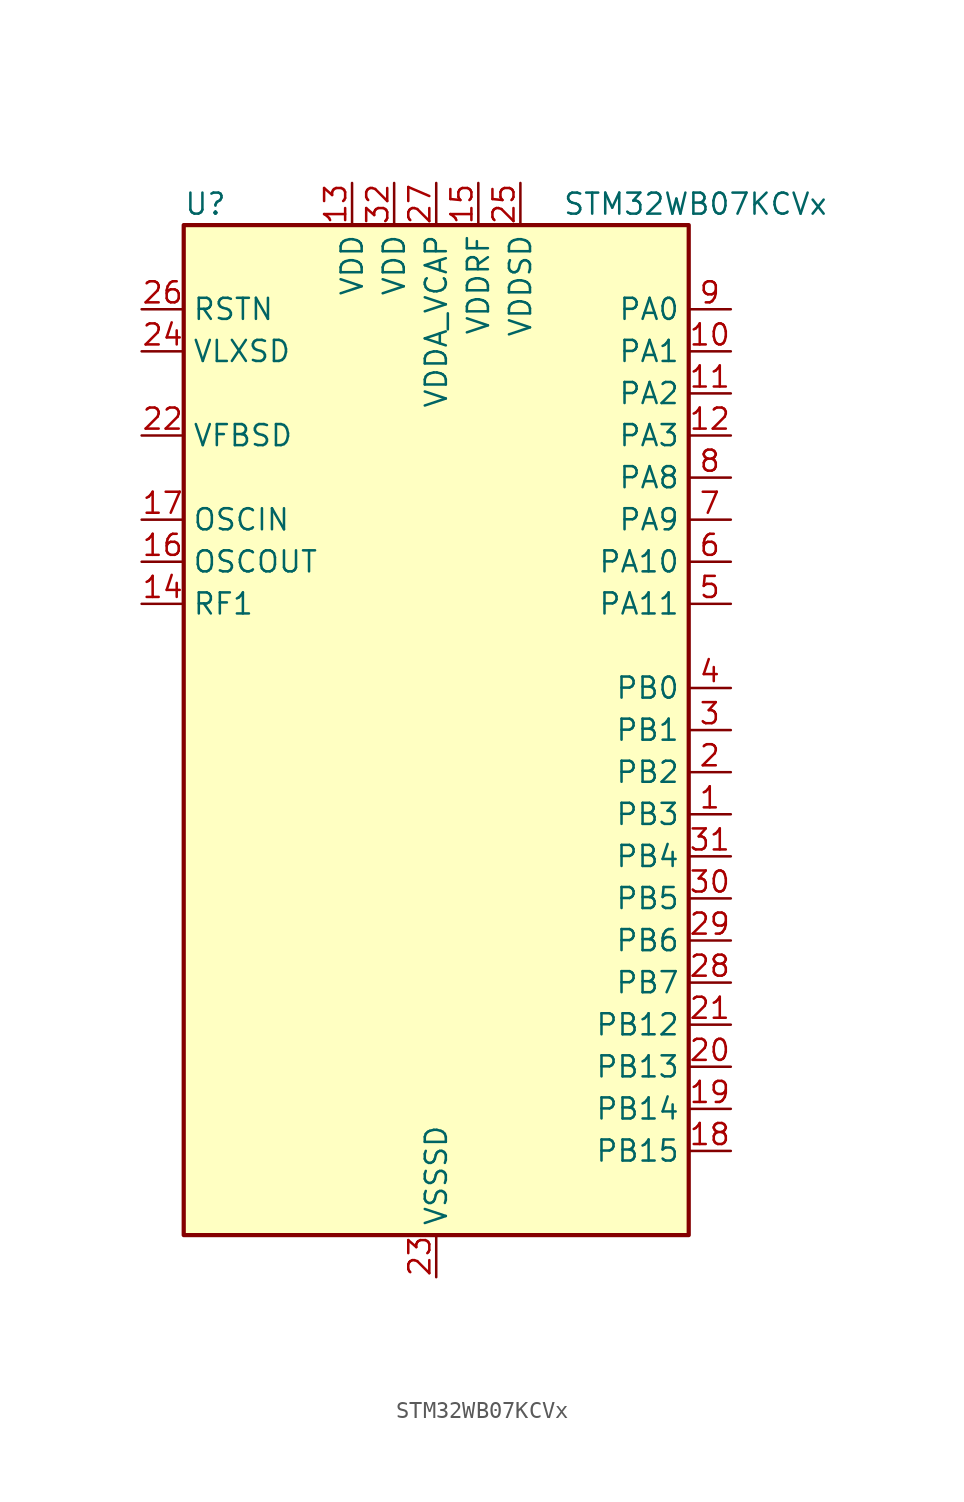
<source format=kicad_sym>
(kicad_symbol_lib
  (version 20241209)
  (generator "kicad_symbol_editor")
  (generator_version "9.0")
  (symbol "STM32WB07KCVx"
    (property "Reference" "U"
      (at -15.24 31.75 0)
      (effects (font (size 1.27 1.27)) (justify left)))
    (property "Value" "STM32WB07KCVx"
      (at 7.62 31.75 0)
      (effects (font (size 1.27 1.27)) (justify left)))
    (symbol "STM32WB07KCVx_0_1"
      (rectangle (start -15.24 -30.48) (end 15.24 30.48) (stroke (width 0.254) (type default)) (fill (type background))))
    (symbol "STM32WB07KCVx_1_1"
      (pin power_in line (at -17.78 25.4 0) (length 2.54) (name "RSTN" (effects (font (size 1.27 1.27)))) (number "26" (effects (font (size 1.27 1.27)))))
      (pin power_in line (at -17.78 22.86 0) (length 2.54) (name "VLXSD" (effects (font (size 1.27 1.27)))) (number "24" (effects (font (size 1.27 1.27)))))
      (pin input line (at -17.78 17.78 0) (length 2.54) (name "VFBSD" (effects (font (size 1.27 1.27)))) (number "22" (effects (font (size 1.27 1.27)))))
      (pin bidirectional line (at -17.78 12.7 0) (length 2.54) (name "OSCIN" (effects (font (size 1.27 1.27)))) (number "17" (effects (font (size 1.27 1.27)))) (alternate "RCC_OSC_IN" bidirectional line))
      (pin bidirectional line (at -17.78 10.16 0) (length 2.54) (name "OSCOUT" (effects (font (size 1.27 1.27)))) (number "16" (effects (font (size 1.27 1.27)))) (alternate "RCC_OSC_OUT" bidirectional line))
      (pin bidirectional line (at -17.78 7.62 0) (length 2.54) (name "RF1" (effects (font (size 1.27 1.27)))) (number "14" (effects (font (size 1.27 1.27)))) (alternate "RADIO_RF1" bidirectional line))
      (pin power_in line (at -5.08 33.02 270) (length 2.54) (name "VDD" (effects (font (size 1.27 1.27)))) (number "13" (effects (font (size 1.27 1.27)))))
      (pin power_in line (at -2.54 33.02 270) (length 2.54) (name "VDD" (effects (font (size 1.27 1.27)))) (number "32" (effects (font (size 1.27 1.27)))))
      (pin power_in line (at 0 33.02 270) (length 2.54) (name "VDDA_VCAP" (effects (font (size 1.27 1.27)))) (number "27" (effects (font (size 1.27 1.27)))))
      (pin power_in line (at 0 -33.02 90) (length 2.54) (name "VSSSD" (effects (font (size 1.27 1.27)))) (number "23" (effects (font (size 1.27 1.27)))))
      (pin power_in line (at 2.54 33.02 270) (length 2.54) (name "VDDRF" (effects (font (size 1.27 1.27)))) (number "15" (effects (font (size 1.27 1.27)))))
      (pin power_in line (at 5.08 33.02 270) (length 2.54) (name "VDDSD" (effects (font (size 1.27 1.27)))) (number "25" (effects (font (size 1.27 1.27)))))
      (pin bidirectional line (at 17.78 25.4 180) (length 2.54) (name "PA0" (effects (font (size 1.27 1.27)))) (number "9" (effects (font (size 1.27 1.27)))) (alternate "I2C1_SCL" bidirectional line) (alternate "I2S2_MCK" bidirectional line) (alternate "PWR_WKUP12" bidirectional line) (alternate "TIM1_CH3" bidirectional line) (alternate "USART1_CTS" bidirectional line))
      (pin bidirectional line (at 17.78 22.86 180) (length 2.54) (name "PA1" (effects (font (size 1.27 1.27)))) (number "10" (effects (font (size 1.27 1.27)))) (alternate "I2C1_SDA" bidirectional line) (alternate "PWR_WKUP13" bidirectional line) (alternate "SPI2_MISO" bidirectional line) (alternate "TIM1_CH4" bidirectional line) (alternate "USART1_TX" bidirectional line))
      (pin bidirectional line (at 17.78 20.32 180) (length 2.54) (name "PA2" (effects (font (size 1.27 1.27)))) (number "11" (effects (font (size 1.27 1.27)))) (alternate "DEBUG_SWDIO" bidirectional line) (alternate "I2S3_MCK" bidirectional line) (alternate "PWR_WKUP14" bidirectional line) (alternate "USART1_CK" bidirectional line))
      (pin bidirectional line (at 17.78 17.78 180) (length 2.54) (name "PA3" (effects (font (size 1.27 1.27)))) (number "12" (effects (font (size 1.27 1.27)))) (alternate "DEBUG_SWCLK" bidirectional line) (alternate "I2S3_SCK" bidirectional line) (alternate "PWR_WKUP15" bidirectional line) (alternate "SPI3_SCK" bidirectional line) (alternate "TIM1_BKIN2" bidirectional line) (alternate "USART1_DE" bidirectional line) (alternate "USART1_RTS" bidirectional line))
      (pin bidirectional line (at 17.78 15.24 180) (length 2.54) (name "PA8" (effects (font (size 1.27 1.27)))) (number "8" (effects (font (size 1.27 1.27)))) (alternate "PWR_WKUP20" bidirectional line) (alternate "PWR_WKUP8" bidirectional line) (alternate "RADIO_RX_SEQUENCE" bidirectional line) (alternate "RTC_OUT" bidirectional line) (alternate "SPI1_MOSI" bidirectional line) (alternate "SPI3_MISO" bidirectional line) (alternate "TIM1_CH3" bidirectional line) (alternate "USART1_RX" bidirectional line))
      (pin bidirectional line (at 17.78 12.7 180) (length 2.54) (name "PA9" (effects (font (size 1.27 1.27)))) (number "7" (effects (font (size 1.27 1.27)))) (alternate "I2S3_WS" bidirectional line) (alternate "PWR_WKUP21" bidirectional line) (alternate "PWR_WKUP9" bidirectional line) (alternate "RTC_OUT" bidirectional line) (alternate "SPI1_SCK" bidirectional line) (alternate "SPI3_NSS" bidirectional line) (alternate "TIM1_CH4" bidirectional line) (alternate "USART1_TX" bidirectional line))
      (pin bidirectional line (at 17.78 10.16 180) (length 2.54) (name "PA10" (effects (font (size 1.27 1.27)))) (number "6" (effects (font (size 1.27 1.27)))) (alternate "I2S3_MCK" bidirectional line) (alternate "PWR_WKUP10" bidirectional line) (alternate "PWR_WKUP22" bidirectional line) (alternate "RADIO_TX_SEQUENCE" bidirectional line) (alternate "RCC_LCO" bidirectional line) (alternate "SPI1_MISO" bidirectional line))
      (pin bidirectional line (at 17.78 7.62 180) (length 2.54) (name "PA11" (effects (font (size 1.27 1.27)))) (number "5" (effects (font (size 1.27 1.27)))) (alternate "I2S3_SD" bidirectional line) (alternate "PWR_WKUP11" bidirectional line) (alternate "PWR_WKUP23" bidirectional line) (alternate "RADIO_RX_SEQUENCE" bidirectional line) (alternate "RCC_MCO" bidirectional line) (alternate "RTC_OUT" bidirectional line) (alternate "SPI1_NSS" bidirectional line) (alternate "SPI3_MOSI" bidirectional line))
      (pin bidirectional line (at 17.78 2.54 180) (length 2.54) (name "PB0" (effects (font (size 1.27 1.27)))) (number "4" (effects (font (size 1.27 1.27)))) (alternate "ADC1_VINM1" bidirectional line) (alternate "LPUART1_DE" bidirectional line) (alternate "LPUART1_RTS" bidirectional line) (alternate "PWR_WKUP0" bidirectional line) (alternate "TIM1_CH2N" bidirectional line) (alternate "USART1_RX" bidirectional line))
      (pin bidirectional line (at 17.78 0 180) (length 2.54) (name "PB1" (effects (font (size 1.27 1.27)))) (number "3" (effects (font (size 1.27 1.27)))) (alternate "ADC1_PDM_CLK" bidirectional line) (alternate "ADC1_VINP1" bidirectional line) (alternate "PWR_WKUP1" bidirectional line) (alternate "SPI1_NSS" bidirectional line) (alternate "TIM1_ETR" bidirectional line))
      (pin bidirectional line (at 17.78 -2.54 180) (length 2.54) (name "PB2" (effects (font (size 1.27 1.27)))) (number "2" (effects (font (size 1.27 1.27)))) (alternate "ADC1_PDM_DATA" bidirectional line) (alternate "ADC1_PGA_CAP0" bidirectional line) (alternate "ADC1_VINM0" bidirectional line) (alternate "PWR_WKUP2" bidirectional line) (alternate "TIM1_CH3" bidirectional line) (alternate "USART1_DE" bidirectional line) (alternate "USART1_RTS" bidirectional line))
      (pin bidirectional line (at 17.78 -5.08 180) (length 2.54) (name "PB3" (effects (font (size 1.27 1.27)))) (number "1" (effects (font (size 1.27 1.27)))) (alternate "ADC1_PGA_CAP1" bidirectional line) (alternate "ADC1_VINP0" bidirectional line) (alternate "LPUART1_TX" bidirectional line) (alternate "PWR_WKUP3" bidirectional line) (alternate "TIM1_CH4" bidirectional line) (alternate "USART1_CTS" bidirectional line))
      (pin bidirectional line (at 17.78 -7.62 180) (length 2.54) (name "PB4" (effects (font (size 1.27 1.27)))) (number "31" (effects (font (size 1.27 1.27)))) (alternate "ADC1_PDM_DATA" bidirectional line) (alternate "ADC1_PGA_VIN" bidirectional line) (alternate "LPUART1_TX" bidirectional line) (alternate "PWR_WKUP4" bidirectional line) (alternate "SPI2_MISO" bidirectional line))
      (pin bidirectional line (at 17.78 -10.16 180) (length 2.54) (name "PB5" (effects (font (size 1.27 1.27)))) (number "30" (effects (font (size 1.27 1.27)))) (alternate "ADC1_PDM_CLK" bidirectional line) (alternate "ADC1_PGA_VBIAS_MIC" bidirectional line) (alternate "I2S2_SD" bidirectional line) (alternate "LPUART1_RX" bidirectional line) (alternate "PWR_WKUP5" bidirectional line) (alternate "SPI2_MOSI" bidirectional line))
      (pin bidirectional line (at 17.78 -12.7 180) (length 2.54) (name "PB6" (effects (font (size 1.27 1.27)))) (number "29" (effects (font (size 1.27 1.27)))) (alternate "I2C2_SCL" bidirectional line) (alternate "I2S2_WS" bidirectional line) (alternate "LPUART1_TX" bidirectional line) (alternate "PWR_WKUP6" bidirectional line) (alternate "SPI2_NSS" bidirectional line) (alternate "TIM1_CH1" bidirectional line))
      (pin bidirectional line (at 17.78 -15.24 180) (length 2.54) (name "PB7" (effects (font (size 1.27 1.27)))) (number "28" (effects (font (size 1.27 1.27)))) (alternate "I2C2_SDA" bidirectional line) (alternate "I2S2_SCK" bidirectional line) (alternate "LPUART1_RX" bidirectional line) (alternate "PWR_WKUP7" bidirectional line) (alternate "SPI2_SCK" bidirectional line) (alternate "TIM1_CH2" bidirectional line))
      (pin bidirectional line (at 17.78 -17.78 180) (length 2.54) (name "PB12" (effects (font (size 1.27 1.27)))) (number "21" (effects (font (size 1.27 1.27)))) (alternate "ADC1_PDM_DATA" bidirectional line) (alternate "RCC_LCO" bidirectional line) (alternate "RCC_OSC32_OUT" bidirectional line) (alternate "SPI1_SCK" bidirectional line) (alternate "TIM1_CH3" bidirectional line))
      (pin bidirectional line (at 17.78 -20.32 180) (length 2.54) (name "PB13" (effects (font (size 1.27 1.27)))) (number "20" (effects (font (size 1.27 1.27)))) (alternate "ADC1_PDM_CLK" bidirectional line) (alternate "I2C2_SCL" bidirectional line) (alternate "RCC_OSC32_IN" bidirectional line) (alternate "SPI1_MISO" bidirectional line) (alternate "TIM1_BKIN2" bidirectional line) (alternate "TIM1_CH4" bidirectional line))
      (pin bidirectional line (at 17.78 -22.86 180) (length 2.54) (name "PB14" (effects (font (size 1.27 1.27)))) (number "19" (effects (font (size 1.27 1.27)))) (alternate "I2C2_SDA" bidirectional line) (alternate "PWR_PVD_IN" bidirectional line) (alternate "SPI1_MOSI" bidirectional line) (alternate "TIM1_CH3N" bidirectional line) (alternate "TIM1_ETR" bidirectional line) (alternate "USART1_RX" bidirectional line))
      (pin bidirectional line (at 17.78 -25.4 180) (length 2.54) (name "PB15" (effects (font (size 1.27 1.27)))) (number "18" (effects (font (size 1.27 1.27)))) (alternate "I2C1_SMBA" bidirectional line) (alternate "RADIO_TX_SEQUENCE" bidirectional line) (alternate "RCC_MCO" bidirectional line) (alternate "USART1_TX" bidirectional line)))))
</source>
